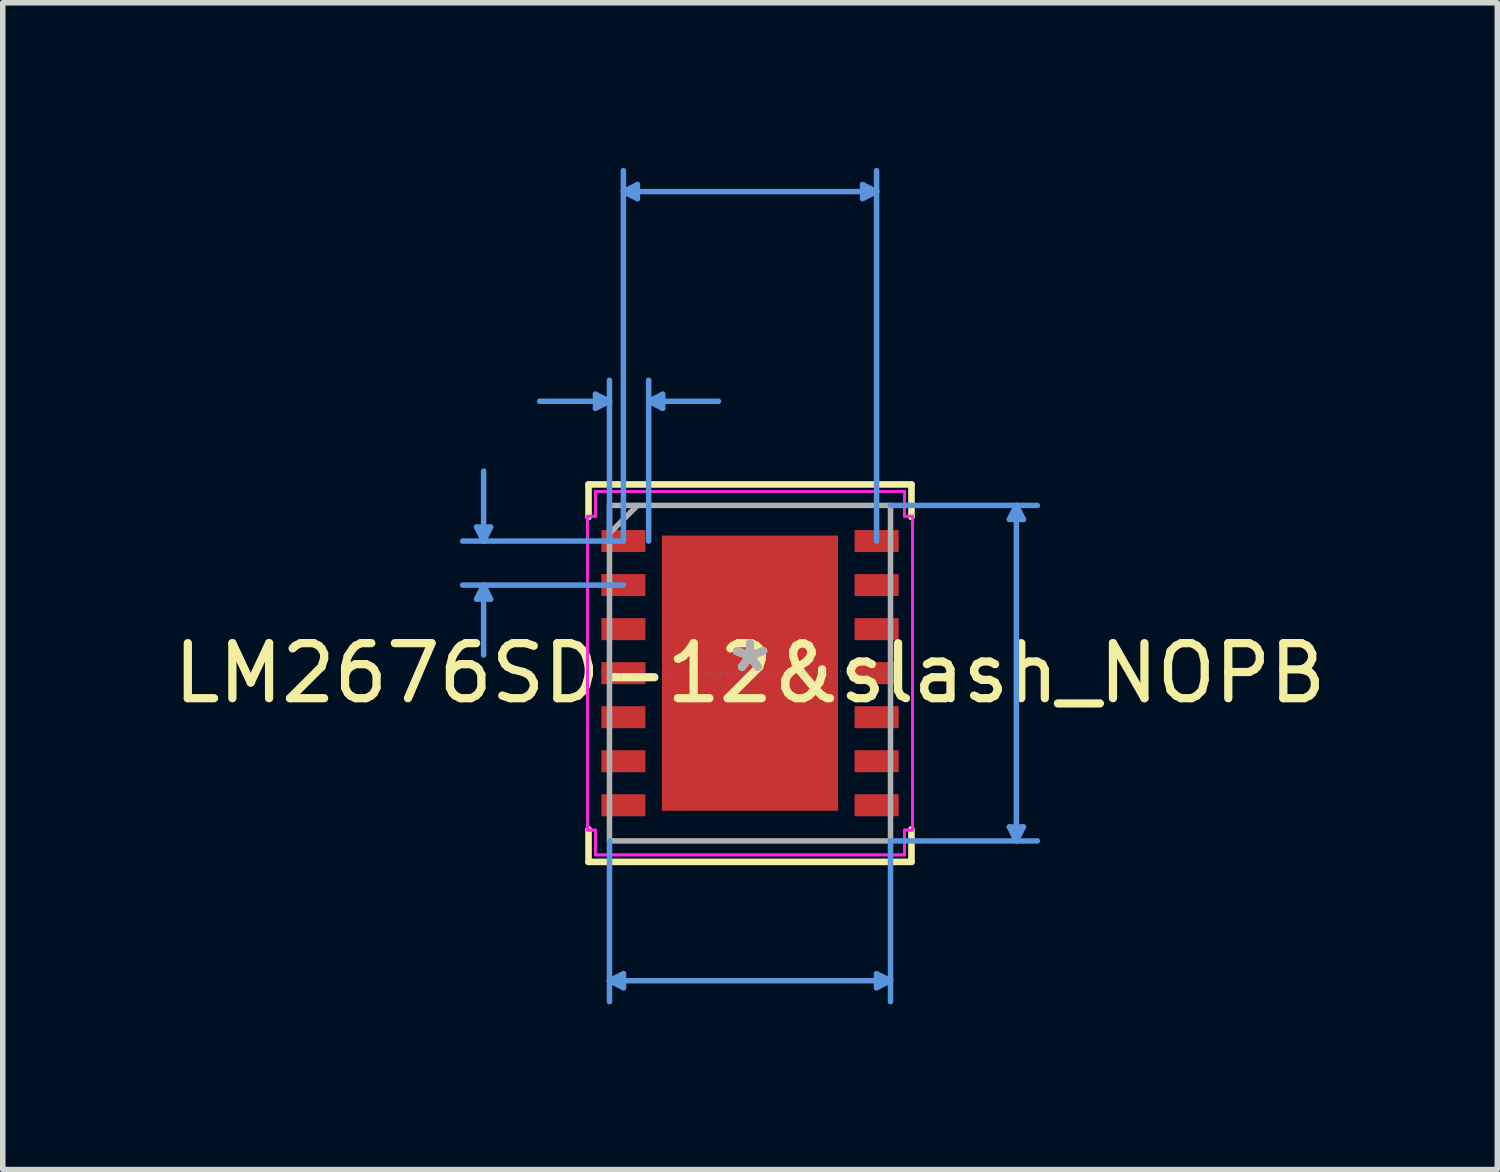
<source format=kicad_pcb>
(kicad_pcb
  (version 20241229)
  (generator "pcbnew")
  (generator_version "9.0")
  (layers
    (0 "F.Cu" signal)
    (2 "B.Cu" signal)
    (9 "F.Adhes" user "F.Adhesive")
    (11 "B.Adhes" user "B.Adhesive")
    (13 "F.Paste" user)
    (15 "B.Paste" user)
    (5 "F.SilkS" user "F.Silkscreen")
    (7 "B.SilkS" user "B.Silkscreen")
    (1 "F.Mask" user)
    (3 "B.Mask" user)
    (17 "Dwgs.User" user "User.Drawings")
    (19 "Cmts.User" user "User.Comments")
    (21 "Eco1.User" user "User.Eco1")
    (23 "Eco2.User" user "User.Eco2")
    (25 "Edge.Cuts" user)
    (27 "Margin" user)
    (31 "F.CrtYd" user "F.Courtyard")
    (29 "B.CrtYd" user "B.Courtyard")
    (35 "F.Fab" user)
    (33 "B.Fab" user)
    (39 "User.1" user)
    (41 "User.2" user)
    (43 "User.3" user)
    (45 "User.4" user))
  (footprint "LM2676SD-12&slash_NOPB"
    (layer "F.Cu")
    (at 10.577 9.181)
    (property "Reference" "LM2676SD-12&slash_NOPB" (at 0 0 0) (layer "F.SilkS") (effects (font (size 1 1) (thickness 0.15))))
    (attr through_hole)
    (fp_line (start -2.934 -3.429) (end -2.934 -2.837) (stroke (width 0.12) (type solid)) (layer "F.SilkS"))
    (fp_line (start -2.934 2.837) (end -2.934 3.429) (stroke (width 0.12) (type solid)) (layer "F.SilkS"))
    (fp_line (start -2.934 3.429) (end 2.934 3.429) (stroke (width 0.12) (type solid)) (layer "F.SilkS"))
    (fp_line (start 2.934 -3.429) (end -2.934 -3.429) (stroke (width 0.12) (type solid)) (layer "F.SilkS"))
    (fp_line (start 2.934 -2.837) (end 2.934 -3.429) (stroke (width 0.12) (type solid)) (layer "F.SilkS"))
    (fp_line (start 2.934 3.429) (end 2.934 2.837) (stroke (width 0.12) (type solid)) (layer "F.SilkS"))
    (fp_poly (pts (xy -2.903 -2.6) (xy -2.903 -2.2) (xy -2.103 -2.2) (xy -2.103 -2.6)) (stroke (width 0.1) (type solid)) (fill yes) (layer "F.Paste"))
    (fp_poly (pts (xy -2.903 -1.8) (xy -2.903 -1.4) (xy -2.103 -1.4) (xy -2.103 -1.8)) (stroke (width 0.1) (type solid)) (fill yes) (layer "F.Paste"))
    (fp_poly (pts (xy -2.903 -1) (xy -2.903 -0.6) (xy -2.103 -0.6) (xy -2.103 -1)) (stroke (width 0.1) (type solid)) (fill yes) (layer "F.Paste"))
    (fp_poly (pts (xy -2.903 -0.2) (xy -2.903 0.2) (xy -2.103 0.2) (xy -2.103 -0.2)) (stroke (width 0.1) (type solid)) (fill yes) (layer "F.Paste"))
    (fp_poly (pts (xy -2.903 0.6) (xy -2.903 1) (xy -2.103 1) (xy -2.103 0.6)) (stroke (width 0.1) (type solid)) (fill yes) (layer "F.Paste"))
    (fp_poly (pts (xy -2.903 1.4) (xy -2.903 1.8) (xy -2.103 1.8) (xy -2.103 1.4)) (stroke (width 0.1) (type solid)) (fill yes) (layer "F.Paste"))
    (fp_poly (pts (xy -2.903 2.2) (xy -2.903 2.6) (xy -2.103 2.6) (xy -2.103 2.2)) (stroke (width 0.1) (type solid)) (fill yes) (layer "F.Paste"))
    (fp_poly (pts (xy -1.5 -2.4) (xy -1.5 -0.1) (xy -0.1 -0.1) (xy -0.1 -2.4)) (stroke (width 0.1) (type solid)) (fill yes) (layer "F.Paste"))
    (fp_poly (pts (xy -1.5 0.1) (xy -1.5 2.4) (xy -0.1 2.4) (xy -0.1 0.1)) (stroke (width 0.1) (type solid)) (fill yes) (layer "F.Paste"))
    (fp_poly (pts (xy 0.1 -2.4) (xy 0.1 -0.1) (xy 1.5 -0.1) (xy 1.5 -2.4)) (stroke (width 0.1) (type solid)) (fill yes) (layer "F.Paste"))
    (fp_poly (pts (xy 0.1 0.1) (xy 0.1 2.4) (xy 1.5 2.4) (xy 1.5 0.1)) (stroke (width 0.1) (type solid)) (fill yes) (layer "F.Paste"))
    (fp_poly (pts (xy 2.103 -2.6) (xy 2.103 -2.2) (xy 2.903 -2.2) (xy 2.903 -2.6)) (stroke (width 0.1) (type solid)) (fill yes) (layer "F.Paste"))
    (fp_poly (pts (xy 2.103 -1.8) (xy 2.103 -1.4) (xy 2.903 -1.4) (xy 2.903 -1.8)) (stroke (width 0.1) (type solid)) (fill yes) (layer "F.Paste"))
    (fp_poly (pts (xy 2.103 -1) (xy 2.103 -0.6) (xy 2.903 -0.6) (xy 2.903 -1)) (stroke (width 0.1) (type solid)) (fill yes) (layer "F.Paste"))
    (fp_poly (pts (xy 2.103 -0.2) (xy 2.103 0.2) (xy 2.903 0.2) (xy 2.903 -0.2)) (stroke (width 0.1) (type solid)) (fill yes) (layer "F.Paste"))
    (fp_poly (pts (xy 2.103 0.6) (xy 2.103 1) (xy 2.903 1) (xy 2.903 0.6)) (stroke (width 0.1) (type solid)) (fill yes) (layer "F.Paste"))
    (fp_poly (pts (xy 2.103 1.4) (xy 2.103 1.8) (xy 2.903 1.8) (xy 2.903 1.4)) (stroke (width 0.1) (type solid)) (fill yes) (layer "F.Paste"))
    (fp_poly (pts (xy 2.103 2.2) (xy 2.103 2.6) (xy 2.903 2.6) (xy 2.903 2.2)) (stroke (width 0.1) (type solid)) (fill yes) (layer "F.Paste"))
    (fp_line (start -4.967 -2.654) (end -4.713 -2.654) (stroke (width 0.1) (type solid)) (layer "Cmts.User"))
    (fp_line (start -4.967 -1.346) (end -4.713 -1.346) (stroke (width 0.1) (type solid)) (layer "Cmts.User"))
    (fp_line (start -4.84 -2.4) (end -4.967 -2.654) (stroke (width 0.1) (type solid)) (layer "Cmts.User"))
    (fp_line (start -4.84 -2.4) (end -4.84 -3.67) (stroke (width 0.1) (type solid)) (layer "Cmts.User"))
    (fp_line (start -4.84 -2.4) (end -4.713 -2.654) (stroke (width 0.1) (type solid)) (layer "Cmts.User"))
    (fp_line (start -4.84 -1.6) (end -4.967 -1.346) (stroke (width 0.1) (type solid)) (layer "Cmts.User"))
    (fp_line (start -4.84 -1.6) (end -4.84 -0.33) (stroke (width 0.1) (type solid)) (layer "Cmts.User"))
    (fp_line (start -4.84 -1.6) (end -4.713 -1.346) (stroke (width 0.1) (type solid)) (layer "Cmts.User"))
    (fp_line (start -2.807 -5.067) (end -2.807 -4.813) (stroke (width 0.1) (type solid)) (layer "Cmts.User"))
    (fp_line (start -2.553 -4.94) (end -3.823 -4.94) (stroke (width 0.1) (type solid)) (layer "Cmts.User"))
    (fp_line (start -2.553 -4.94) (end -2.807 -5.067) (stroke (width 0.1) (type solid)) (layer "Cmts.User"))
    (fp_line (start -2.553 -4.94) (end -2.807 -4.813) (stroke (width 0.1) (type solid)) (layer "Cmts.User"))
    (fp_line (start -2.553 -2.4) (end -2.553 -5.321) (stroke (width 0.1) (type solid)) (layer "Cmts.User"))
    (fp_line (start -2.553 3.048) (end -2.553 5.969) (stroke (width 0.1) (type solid)) (layer "Cmts.User"))
    (fp_line (start -2.553 5.588) (end -2.299 5.461) (stroke (width 0.1) (type solid)) (layer "Cmts.User"))
    (fp_line (start -2.553 5.588) (end -2.299 5.715) (stroke (width 0.1) (type solid)) (layer "Cmts.User"))
    (fp_line (start -2.553 5.588) (end 2.553 5.588) (stroke (width 0.1) (type solid)) (layer "Cmts.User"))
    (fp_line (start -2.3 -8.75) (end -2.046 -8.877) (stroke (width 0.1) (type solid)) (layer "Cmts.User"))
    (fp_line (start -2.3 -8.75) (end -2.046 -8.623) (stroke (width 0.1) (type solid)) (layer "Cmts.User"))
    (fp_line (start -2.3 -8.75) (end 2.3 -8.75) (stroke (width 0.1) (type solid)) (layer "Cmts.User"))
    (fp_line (start -2.3 -2.4) (end -5.221 -2.4) (stroke (width 0.1) (type solid)) (layer "Cmts.User"))
    (fp_line (start -2.3 -2.4) (end -2.3 -9.131) (stroke (width 0.1) (type solid)) (layer "Cmts.User"))
    (fp_line (start -2.3 -1.6) (end -5.221 -1.6) (stroke (width 0.1) (type solid)) (layer "Cmts.User"))
    (fp_line (start -2.299 5.461) (end -2.299 5.715) (stroke (width 0.1) (type solid)) (layer "Cmts.User"))
    (fp_line (start -2.046 -8.877) (end -2.046 -8.623) (stroke (width 0.1) (type solid)) (layer "Cmts.User"))
    (fp_line (start -1.841 -4.94) (end -1.587 -5.067) (stroke (width 0.1) (type solid)) (layer "Cmts.User"))
    (fp_line (start -1.841 -4.94) (end -1.587 -4.813) (stroke (width 0.1) (type solid)) (layer "Cmts.User"))
    (fp_line (start -1.841 -4.94) (end -0.572 -4.94) (stroke (width 0.1) (type solid)) (layer "Cmts.User"))
    (fp_line (start -1.841 -2.4) (end -1.841 -5.321) (stroke (width 0.1) (type solid)) (layer "Cmts.User"))
    (fp_line (start -1.587 -5.067) (end -1.587 -4.813) (stroke (width 0.1) (type solid)) (layer "Cmts.User"))
    (fp_line (start 2.046 -8.877) (end 2.046 -8.623) (stroke (width 0.1) (type solid)) (layer "Cmts.User"))
    (fp_line (start 2.299 5.461) (end 2.299 5.715) (stroke (width 0.1) (type solid)) (layer "Cmts.User"))
    (fp_line (start 2.3 -8.75) (end 2.046 -8.877) (stroke (width 0.1) (type solid)) (layer "Cmts.User"))
    (fp_line (start 2.3 -8.75) (end 2.046 -8.623) (stroke (width 0.1) (type solid)) (layer "Cmts.User"))
    (fp_line (start 2.3 -2.4) (end 2.3 -9.131) (stroke (width 0.1) (type solid)) (layer "Cmts.User"))
    (fp_line (start 2.553 -3.048) (end 5.221 -3.048) (stroke (width 0.1) (type solid)) (layer "Cmts.User"))
    (fp_line (start 2.553 3.048) (end 2.553 5.969) (stroke (width 0.1) (type solid)) (layer "Cmts.User"))
    (fp_line (start 2.553 3.048) (end 5.221 3.048) (stroke (width 0.1) (type solid)) (layer "Cmts.User"))
    (fp_line (start 2.553 5.588) (end 2.299 5.461) (stroke (width 0.1) (type solid)) (layer "Cmts.User"))
    (fp_line (start 2.553 5.588) (end 2.299 5.715) (stroke (width 0.1) (type solid)) (layer "Cmts.User"))
    (fp_line (start 4.713 -2.794) (end 4.967 -2.794) (stroke (width 0.1) (type solid)) (layer "Cmts.User"))
    (fp_line (start 4.713 2.794) (end 4.967 2.794) (stroke (width 0.1) (type solid)) (layer "Cmts.User"))
    (fp_line (start 4.84 -3.048) (end 4.713 -2.794) (stroke (width 0.1) (type solid)) (layer "Cmts.User"))
    (fp_line (start 4.84 -3.048) (end 4.84 3.048) (stroke (width 0.1) (type solid)) (layer "Cmts.User"))
    (fp_line (start 4.84 -3.048) (end 4.967 -2.794) (stroke (width 0.1) (type solid)) (layer "Cmts.User"))
    (fp_line (start 4.84 3.048) (end 4.713 2.794) (stroke (width 0.1) (type solid)) (layer "Cmts.User"))
    (fp_line (start 4.84 3.048) (end 4.967 2.794) (stroke (width 0.1) (type solid)) (layer "Cmts.User"))
    (fp_line (start -2.954 -2.851) (end -2.807 -2.851) (stroke (width 0.05) (type solid)) (layer "F.CrtYd"))
    (fp_line (start -2.954 -2.851) (end -2.807 -2.851) (stroke (width 0.05) (type solid)) (layer "F.CrtYd"))
    (fp_line (start -2.954 2.851) (end -2.954 -2.851) (stroke (width 0.05) (type solid)) (layer "F.CrtYd"))
    (fp_line (start -2.954 2.851) (end -2.954 -2.851) (stroke (width 0.05) (type solid)) (layer "F.CrtYd"))
    (fp_line (start -2.954 2.851) (end -2.807 2.851) (stroke (width 0.05) (type solid)) (layer "F.CrtYd"))
    (fp_line (start -2.807 -3.302) (end 2.807 -3.302) (stroke (width 0.05) (type solid)) (layer "F.CrtYd"))
    (fp_line (start -2.807 -3.302) (end 2.807 -3.302) (stroke (width 0.05) (type solid)) (layer "F.CrtYd"))
    (fp_line (start -2.807 -2.851) (end -2.807 -3.302) (stroke (width 0.05) (type solid)) (layer "F.CrtYd"))
    (fp_line (start -2.807 -2.851) (end -2.807 -3.302) (stroke (width 0.05) (type solid)) (layer "F.CrtYd"))
    (fp_line (start -2.807 2.851) (end -2.954 2.851) (stroke (width 0.05) (type solid)) (layer "F.CrtYd"))
    (fp_line (start -2.807 3.302) (end -2.807 2.851) (stroke (width 0.05) (type solid)) (layer "F.CrtYd"))
    (fp_line (start -2.807 3.302) (end -2.807 2.851) (stroke (width 0.05) (type solid)) (layer "F.CrtYd"))
    (fp_line (start 2.807 -3.302) (end 2.807 -2.851) (stroke (width 0.05) (type solid)) (layer "F.CrtYd"))
    (fp_line (start 2.807 -3.302) (end 2.807 -2.851) (stroke (width 0.05) (type solid)) (layer "F.CrtYd"))
    (fp_line (start 2.807 -2.851) (end 2.954 -2.851) (stroke (width 0.05) (type solid)) (layer "F.CrtYd"))
    (fp_line (start 2.807 2.851) (end 2.807 3.302) (stroke (width 0.05) (type solid)) (layer "F.CrtYd"))
    (fp_line (start 2.807 2.851) (end 2.807 3.302) (stroke (width 0.05) (type solid)) (layer "F.CrtYd"))
    (fp_line (start 2.807 3.302) (end -2.807 3.302) (stroke (width 0.05) (type solid)) (layer "F.CrtYd"))
    (fp_line (start 2.807 3.302) (end -2.807 3.302) (stroke (width 0.05) (type solid)) (layer "F.CrtYd"))
    (fp_line (start 2.954 -2.851) (end 2.807 -2.851) (stroke (width 0.05) (type solid)) (layer "F.CrtYd"))
    (fp_line (start 2.954 -2.851) (end 2.954 2.851) (stroke (width 0.05) (type solid)) (layer "F.CrtYd"))
    (fp_line (start 2.954 -2.851) (end 2.954 2.851) (stroke (width 0.05) (type solid)) (layer "F.CrtYd"))
    (fp_line (start 2.954 2.851) (end 2.807 2.851) (stroke (width 0.05) (type solid)) (layer "F.CrtYd"))
    (fp_line (start 2.954 2.851) (end 2.807 2.851) (stroke (width 0.05) (type solid)) (layer "F.CrtYd"))
    (fp_line (start -2.553 -3.048) (end -2.553 3.048) (stroke (width 0.1) (type solid)) (layer "F.Fab"))
    (fp_line (start -2.553 3.048) (end 2.553 3.048) (stroke (width 0.1) (type solid)) (layer "F.Fab"))
    (fp_line (start -2.045 -3.048) (end -2.553 -2.54) (stroke (width 0.1) (type solid)) (layer "F.Fab"))
    (fp_line (start 2.553 -3.048) (end -2.553 -3.048) (stroke (width 0.1) (type solid)) (layer "F.Fab"))
    (fp_line (start 2.553 3.048) (end 2.553 -3.048) (stroke (width 0.1) (type solid)) (layer "F.Fab"))
    (fp_text user "*" (at 0 0 0) (layer "F.SilkS") (effects (font (size 1 1) (thickness 0.15))))
    (fp_text user "Copyright 2021 Accelerated Designs. All rights reserved." (at 0 0 0) (layer "Cmts.User") (effects (font (size 0.127 0.127) (thickness 0.002))))
    (fp_text user "*" (at 0 0 0) (layer "F.Fab") (effects (font (size 1 1) (thickness 0.15))))
    (pad "1" smd rect (at -2.3 -2.4) (size 0.8 0.4) (layers "F.Cu" "F.Mask"))
    (pad "2" smd rect (at -2.3 -1.6) (size 0.8 0.4) (layers "F.Cu" "F.Mask"))
    (pad "3" smd rect (at -2.3 -0.8) (size 0.8 0.4) (layers "F.Cu" "F.Mask"))
    (pad "4" smd rect (at -2.3 0) (size 0.8 0.4) (layers "F.Cu" "F.Mask"))
    (pad "5" smd rect (at -2.3 0.8) (size 0.8 0.4) (layers "F.Cu" "F.Mask"))
    (pad "6" smd rect (at -2.3 1.6) (size 0.8 0.4) (layers "F.Cu" "F.Mask"))
    (pad "7" smd rect (at -2.3 2.4) (size 0.8 0.4) (layers "F.Cu" "F.Mask"))
    (pad "8" smd rect (at 2.3 2.4) (size 0.8 0.4) (layers "F.Cu" "F.Mask"))
    (pad "9" smd rect (at 2.3 1.6) (size 0.8 0.4) (layers "F.Cu" "F.Mask"))
    (pad "10" smd rect (at 2.3 0.8) (size 0.8 0.4) (layers "F.Cu" "F.Mask"))
    (pad "11" smd rect (at 2.3 0) (size 0.8 0.4) (layers "F.Cu" "F.Mask"))
    (pad "12" smd rect (at 2.3 -0.8) (size 0.8 0.4) (layers "F.Cu" "F.Mask"))
    (pad "13" smd rect (at 2.3 -1.6) (size 0.8 0.4) (layers "F.Cu" "F.Mask"))
    (pad "14" smd rect (at 2.3 -2.4) (size 0.8 0.4) (layers "F.Cu" "F.Mask"))
    (pad "15" smd rect (at 0 0) (size 3.2 5) (layers "F.Cu" "F.Mask")))
  (gr_rect
    (start -3 -3)
    (end 24.155 18.2)
    (stroke (width 0.1) (type default))
    (fill no)
    (layer "Edge.Cuts")))
</source>
